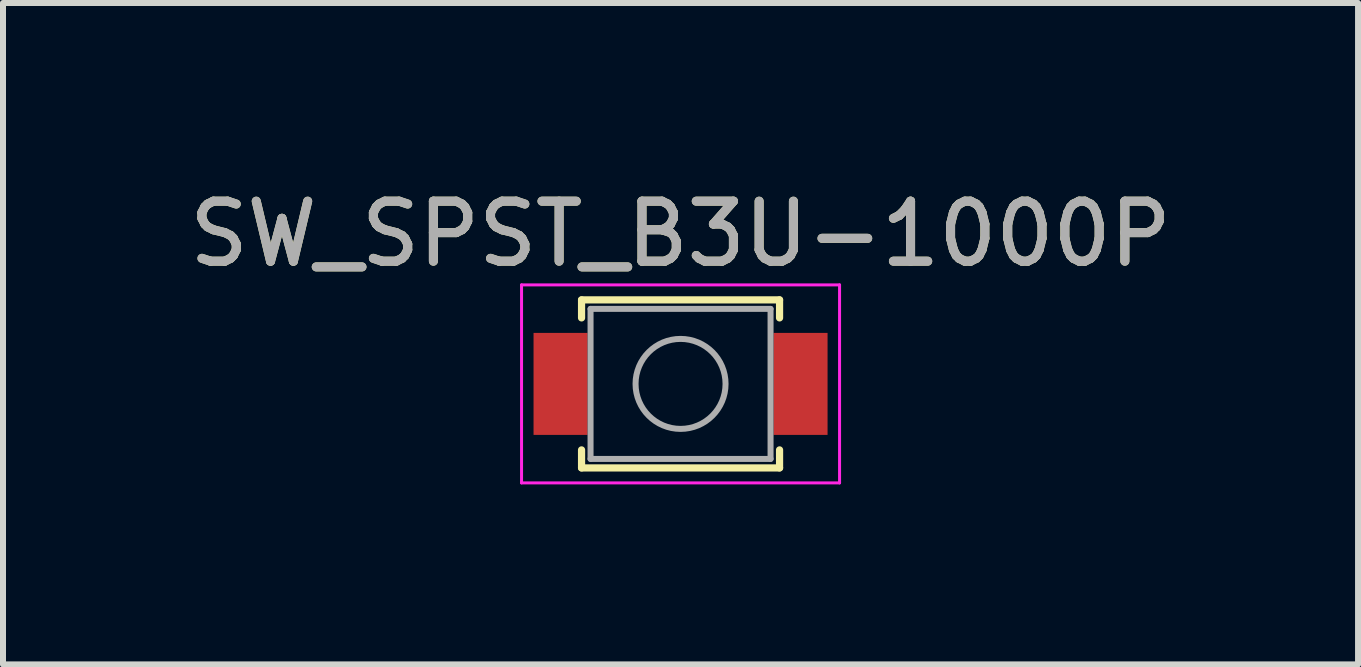
<source format=kicad_pcb>
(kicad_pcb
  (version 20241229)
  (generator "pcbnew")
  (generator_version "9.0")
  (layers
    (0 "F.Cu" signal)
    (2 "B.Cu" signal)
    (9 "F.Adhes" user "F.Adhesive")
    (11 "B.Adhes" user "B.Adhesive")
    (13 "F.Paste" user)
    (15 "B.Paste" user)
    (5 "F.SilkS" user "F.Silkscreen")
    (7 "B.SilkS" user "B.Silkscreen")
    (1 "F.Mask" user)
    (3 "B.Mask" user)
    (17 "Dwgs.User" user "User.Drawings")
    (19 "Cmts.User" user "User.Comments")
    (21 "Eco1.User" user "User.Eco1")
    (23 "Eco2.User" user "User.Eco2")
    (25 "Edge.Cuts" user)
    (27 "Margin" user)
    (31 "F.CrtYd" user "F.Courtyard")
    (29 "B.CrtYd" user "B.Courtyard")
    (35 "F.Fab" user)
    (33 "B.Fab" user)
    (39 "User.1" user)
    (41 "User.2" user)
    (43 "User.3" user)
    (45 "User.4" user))
  (footprint "SW_SPST_B3U-1000P"
    (layer "F.Cu")
    (at 8.292 3.348)
    (property "Reference" "SW_SPST_B3U-1000P" (at 0 -2.5 0) (layer "F.SilkS") (effects (font (size 1 1) (thickness 0.15))))
    (attr smd)
    (fp_line (start -1.65 -1.4) (end 1.65 -1.4) (stroke (width 0.12) (type solid)) (layer "F.SilkS"))
    (fp_line (start -1.65 -1.1) (end -1.65 -1.4) (stroke (width 0.12) (type solid)) (layer "F.SilkS"))
    (fp_line (start -1.65 1.1) (end -1.65 1.4) (stroke (width 0.12) (type solid)) (layer "F.SilkS"))
    (fp_line (start -1.65 1.4) (end 1.65 1.4) (stroke (width 0.12) (type solid)) (layer "F.SilkS"))
    (fp_line (start 1.65 -1.4) (end 1.65 -1.1) (stroke (width 0.12) (type solid)) (layer "F.SilkS"))
    (fp_line (start 1.65 1.4) (end 1.65 1.1) (stroke (width 0.12) (type solid)) (layer "F.SilkS"))
    (fp_line (start -2.65 -1.65) (end -2.65 1.65) (stroke (width 0.05) (type solid)) (layer "F.CrtYd"))
    (fp_line (start -2.65 1.65) (end 2.65 1.65) (stroke (width 0.05) (type solid)) (layer "F.CrtYd"))
    (fp_line (start 2.65 -1.65) (end -2.65 -1.65) (stroke (width 0.05) (type solid)) (layer "F.CrtYd"))
    (fp_line (start 2.65 1.65) (end 2.65 -1.65) (stroke (width 0.05) (type solid)) (layer "F.CrtYd"))
    (fp_line (start -1.5 -1.25) (end 1.5 -1.25) (stroke (width 0.1) (type solid)) (layer "F.Fab"))
    (fp_line (start -1.5 1.25) (end -1.5 -1.25) (stroke (width 0.1) (type solid)) (layer "F.Fab"))
    (fp_line (start 1.5 -1.25) (end 1.5 1.25) (stroke (width 0.1) (type solid)) (layer "F.Fab"))
    (fp_line (start 1.5 1.25) (end -1.5 1.25) (stroke (width 0.1) (type solid)) (layer "F.Fab"))
    (fp_circle (center 0 0) (end 0.75 0) (stroke (width 0.1) (type solid)) (fill no) (layer "F.Fab"))
    (fp_text user "${REFERENCE}" (at 0 -2.5 0) (layer "F.Fab") (effects (font (size 1 1) (thickness 0.15))))
    (pad "1" smd rect (at -2 0) (size 0.9 1.7) (layers "F.Cu" "F.Mask" "F.Paste"))
    (pad "2" smd rect (at 2 0) (size 0.9 1.7) (layers "F.Cu" "F.Mask" "F.Paste")))
  (gr_rect
    (start -3 -3)
    (end 19.583 8.023)
    (stroke (width 0.1) (type default))
    (fill no)
    (layer "Edge.Cuts")))
</source>
